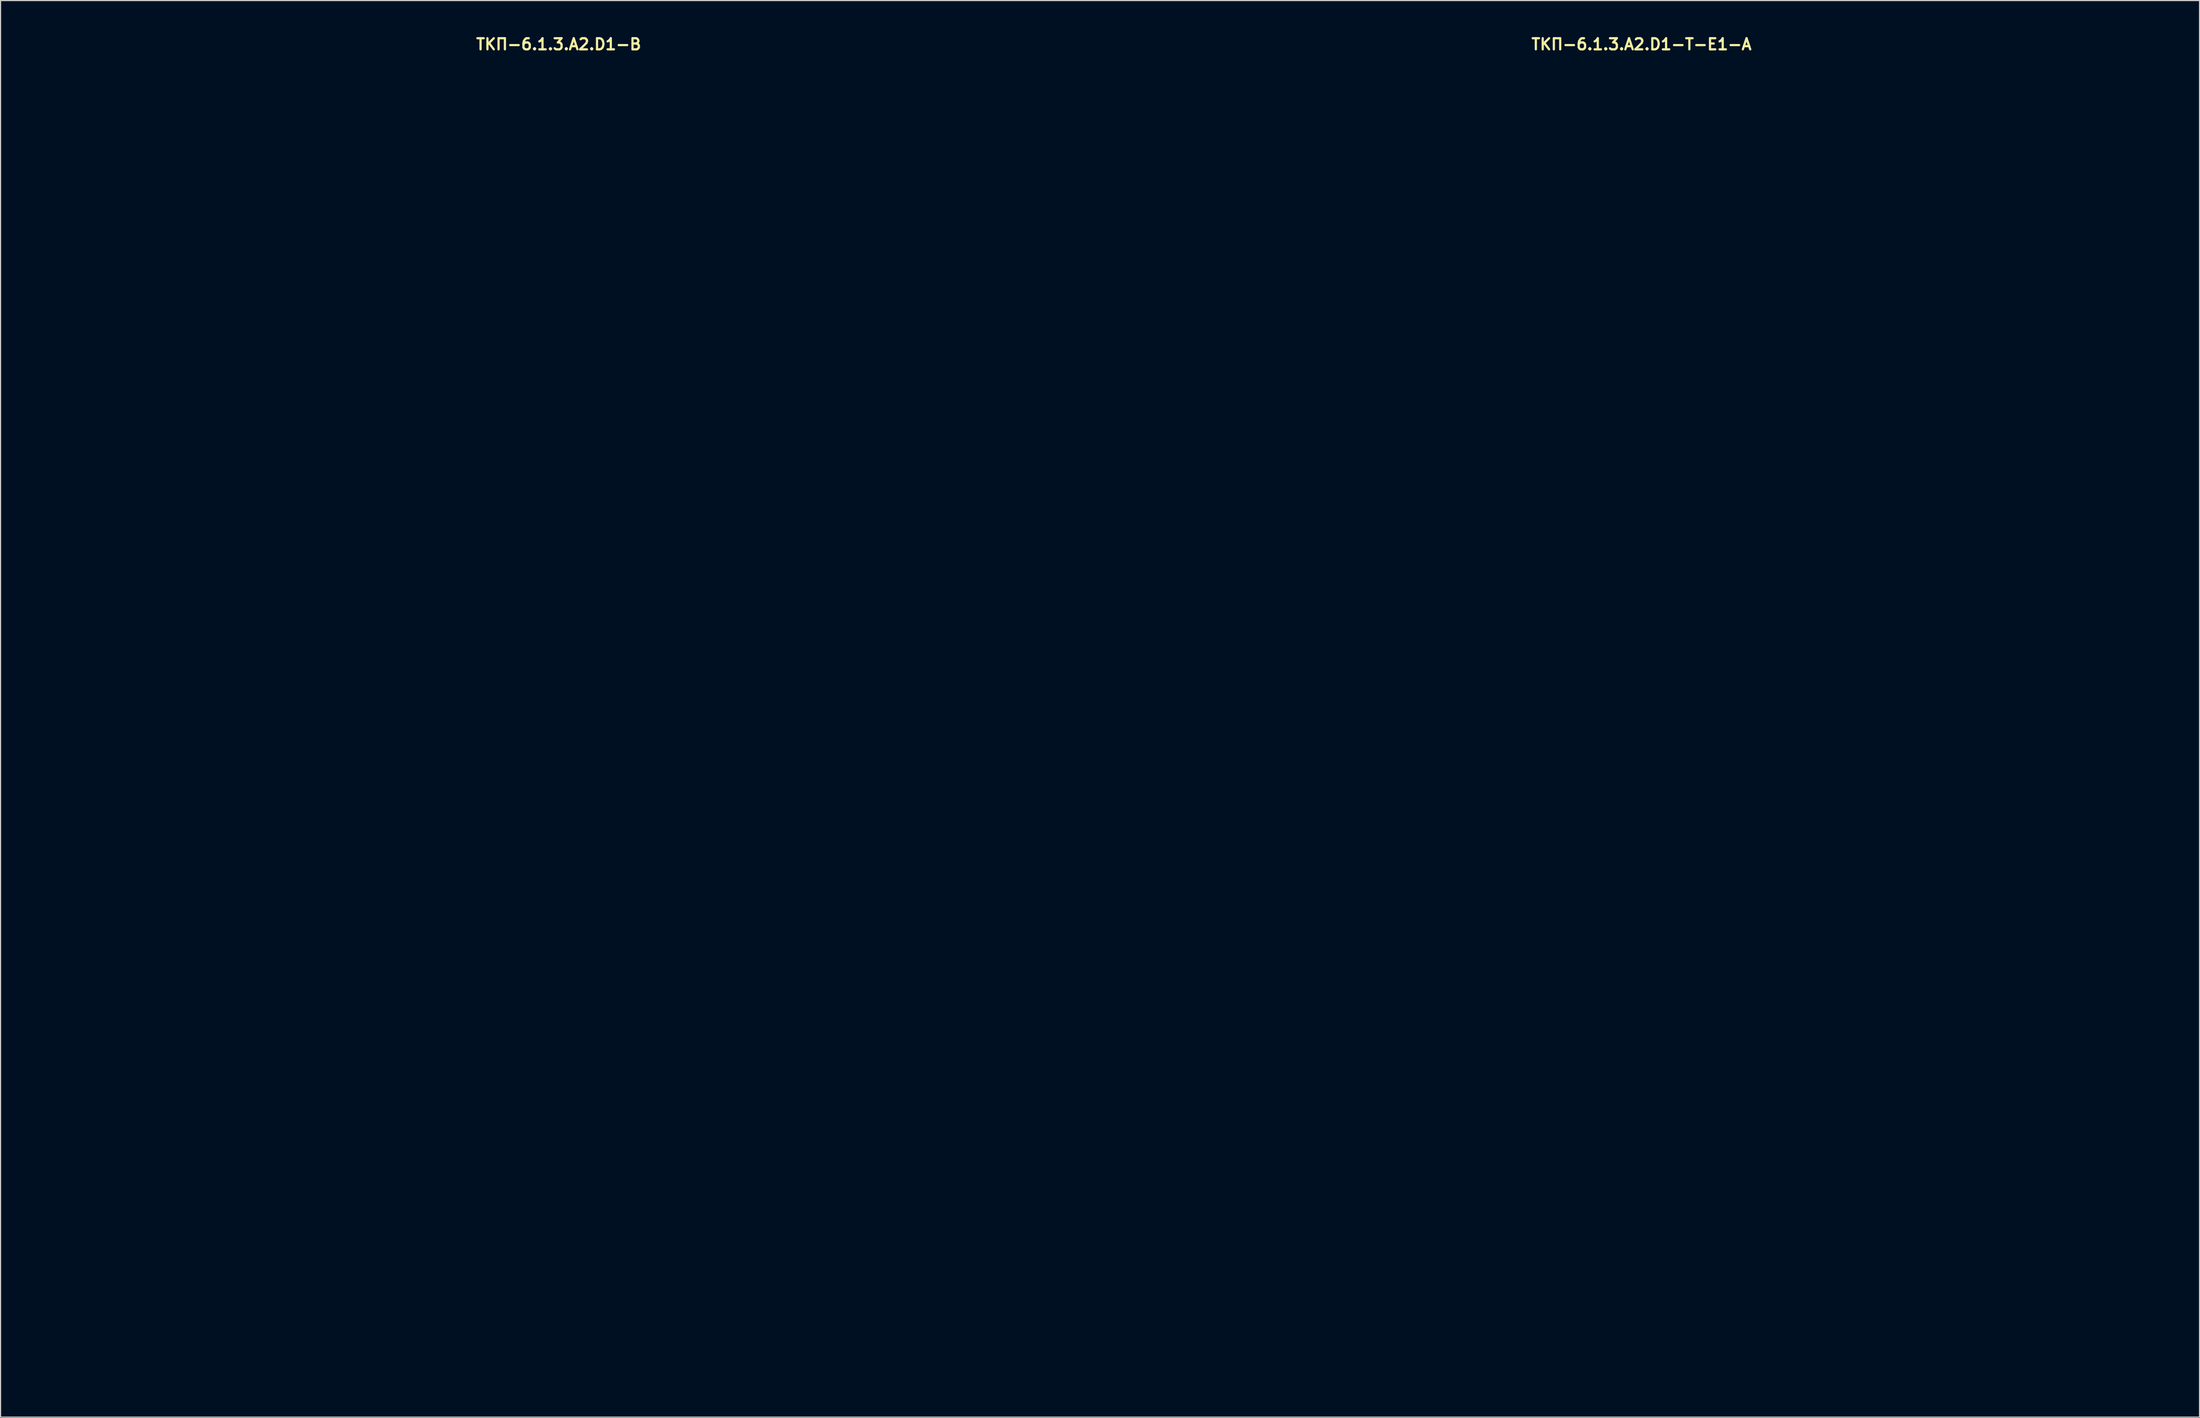
<source format=kicad_pcb>
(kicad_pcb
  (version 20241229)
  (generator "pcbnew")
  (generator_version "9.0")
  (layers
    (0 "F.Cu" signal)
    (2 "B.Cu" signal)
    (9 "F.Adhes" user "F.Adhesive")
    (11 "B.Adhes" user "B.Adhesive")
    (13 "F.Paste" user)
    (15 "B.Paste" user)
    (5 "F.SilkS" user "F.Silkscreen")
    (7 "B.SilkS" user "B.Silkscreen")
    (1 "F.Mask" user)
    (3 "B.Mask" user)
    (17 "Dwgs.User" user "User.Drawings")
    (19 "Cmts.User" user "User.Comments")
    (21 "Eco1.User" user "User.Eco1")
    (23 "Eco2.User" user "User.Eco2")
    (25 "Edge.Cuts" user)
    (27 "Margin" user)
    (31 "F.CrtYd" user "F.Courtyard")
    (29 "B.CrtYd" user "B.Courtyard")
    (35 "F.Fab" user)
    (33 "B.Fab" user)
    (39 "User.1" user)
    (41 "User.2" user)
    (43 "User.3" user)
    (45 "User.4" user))
  (footprint "ТКП-6.1.3.A2.D1-T-E1-A"
    (layer "F.Cu")
    (at 144.6 61.515)
    (property "Reference" "ТКП-6.1.3.A2.D1-T-E1-A" (at 0 -60.579 0) (layer "F.SilkS") (effects (font (size 1 1) (thickness 0.2))))
    (attr through_hole)
    (fp_line (start -47 -56.65) (end -47 56.65) (stroke (width 0.4) (type solid)) (layer "Eco1.User"))
    (fp_line (start -43.9 -59.75) (end 43.9 -59.75) (stroke (width 0.4) (type solid)) (layer "Eco1.User"))
    (fp_line (start -43.9 59.75) (end 43.9 59.75) (stroke (width 0.4) (type solid)) (layer "Eco1.User"))
    (fp_line (start 47 -56.65) (end 47 56.65) (stroke (width 0.4) (type solid)) (layer "Eco1.User"))
    (fp_arc (start -47 -56.65) (mid -46.092031 -58.842031) (end -43.9 -59.75) (stroke (width 0.4) (type solid)) (layer "Eco1.User"))
    (fp_arc (start -43.9 59.75) (mid -46.092031 58.842031) (end -47 56.65) (stroke (width 0.4) (type solid)) (layer "Eco1.User"))
    (fp_arc (start 43.9 -59.75) (mid 46.092031 -58.842031) (end 47 -56.65) (stroke (width 0.4) (type solid)) (layer "Eco1.User"))
    (fp_arc (start 47 56.65) (mid 46.092031 58.842031) (end 43.9 59.75) (stroke (width 0.4) (type solid)) (layer "Eco1.User"))
    (fp_circle (center -38.6 -51.35) (end -36.6 -51.35) (stroke (width 0.4) (type solid)) (fill no) (layer "Eco1.User"))
    (fp_circle (center -38.6 -51.35) (end -35.1 -51.35) (stroke (width 0.4) (type solid)) (fill no) (layer "Eco1.User"))
    (fp_circle (center -38.6 51.35) (end -36.6 51.35) (stroke (width 0.4) (type solid)) (fill no) (layer "Eco1.User"))
    (fp_circle (center -38.6 51.35) (end -35.1 51.35) (stroke (width 0.4) (type solid)) (fill no) (layer "Eco1.User"))
    (fp_circle (center -33.02 -31.55) (end -29.42 -31.55) (stroke (width 0.4) (type solid)) (fill no) (layer "Eco1.User"))
    (fp_circle (center -33.02 -31.55) (end -23.52 -31.55) (stroke (width 0.4) (type solid)) (fill no) (layer "Eco1.User"))
    (fp_circle (center -29.21 -52.07) (end -27.71 -52.07) (stroke (width 0.4) (type solid)) (fill no) (layer "Eco1.User"))
    (fp_circle (center -29.21 -52.07) (end -25.71 -52.07) (stroke (width 0.4) (type solid)) (fill no) (layer "Eco1.User"))
    (fp_circle (center -19.05 10.36) (end -17.55 10.36) (stroke (width 0.4) (type solid)) (fill no) (layer "Eco1.User"))
    (fp_circle (center -19.05 10.36) (end -15.55 10.36) (stroke (width 0.4) (type solid)) (fill no) (layer "Eco1.User"))
    (fp_circle (center -16.51 -10.16) (end -13.51 -10.16) (stroke (width 0.4) (type solid)) (fill no) (layer "Eco1.User"))
    (fp_circle (center -8.89 -52.07) (end -7.39 -52.07) (stroke (width 0.4) (type solid)) (fill no) (layer "Eco1.User"))
    (fp_circle (center -8.89 -52.07) (end -5.39 -52.07) (stroke (width 0.4) (type solid)) (fill no) (layer "Eco1.User"))
    (fp_circle (center 0 -31.55) (end 3.6 -31.55) (stroke (width 0.4) (type solid)) (fill no) (layer "Eco1.User"))
    (fp_circle (center 0 -31.55) (end 9.5 -31.55) (stroke (width 0.4) (type solid)) (fill no) (layer "Eco1.User"))
    (fp_circle (center 0 30.48) (end 2.65 30.48) (stroke (width 0.4) (type solid)) (fill no) (layer "Eco1.User"))
    (fp_circle (center 0 45.72) (end 6 45.72) (stroke (width 0.4) (type solid)) (fill no) (layer "Eco1.User"))
    (fp_circle (center 0 45.72) (end 9.75 45.72) (stroke (width 0.4) (type solid)) (fill no) (layer "Eco1.User"))
    (fp_circle (center 8.89 -52.07) (end 10.39 -52.07) (stroke (width 0.4) (type solid)) (fill no) (layer "Eco1.User"))
    (fp_circle (center 8.89 -52.07) (end 12.39 -52.07) (stroke (width 0.4) (type solid)) (fill no) (layer "Eco1.User"))
    (fp_circle (center 19.05 10.36) (end 20.55 10.36) (stroke (width 0.4) (type solid)) (fill no) (layer "Eco1.User"))
    (fp_circle (center 19.05 10.36) (end 22.55 10.36) (stroke (width 0.4) (type solid)) (fill no) (layer "Eco1.User"))
    (fp_circle (center 29.21 -52.07) (end 30.71 -52.07) (stroke (width 0.4) (type solid)) (fill no) (layer "Eco1.User"))
    (fp_circle (center 29.21 -52.07) (end 32.71 -52.07) (stroke (width 0.4) (type solid)) (fill no) (layer "Eco1.User"))
    (fp_circle (center 33.02 -31.55) (end 36.62 -31.55) (stroke (width 0.4) (type solid)) (fill no) (layer "Eco1.User"))
    (fp_circle (center 33.02 -31.55) (end 42.52 -31.55) (stroke (width 0.4) (type solid)) (fill no) (layer "Eco1.User"))
    (fp_circle (center 38.6 -51.35) (end 40.6 -51.35) (stroke (width 0.4) (type solid)) (fill no) (layer "Eco1.User"))
    (fp_circle (center 38.6 -51.35) (end 42.1 -51.35) (stroke (width 0.4) (type solid)) (fill no) (layer "Eco1.User"))
    (fp_circle (center 38.6 51.35) (end 40.6 51.35) (stroke (width 0.4) (type solid)) (fill no) (layer "Eco1.User"))
    (fp_circle (center 38.6 51.35) (end 42.1 51.35) (stroke (width 0.4) (type solid)) (fill no) (layer "Eco1.User")))
  (footprint "ТКП-6.1.3.A2.D1-B"
    (layer "F.Cu")
    (at 47.2 61.515)
    (property "Reference" "ТКП-6.1.3.A2.D1-B" (at 0 -60.579 0) (layer "F.SilkS") (effects (font (size 1 1) (thickness 0.2))))
    (attr through_hole)
    (fp_line (start -47 -56.65) (end -47 56.65) (stroke (width 0.4) (type solid)) (layer "Eco1.User"))
    (fp_line (start -43.9 -59.75) (end 43.9 -59.75) (stroke (width 0.4) (type solid)) (layer "Eco1.User"))
    (fp_line (start -43.9 59.75) (end 43.9 59.75) (stroke (width 0.4) (type solid)) (layer "Eco1.User"))
    (fp_line (start 47 -56.65) (end 47 56.65) (stroke (width 0.4) (type solid)) (layer "Eco1.User"))
    (fp_arc (start -47 -56.65) (mid -46.092031 -58.842031) (end -43.9 -59.75) (stroke (width 0.4) (type solid)) (layer "Eco1.User"))
    (fp_arc (start -43.9 59.75) (mid -46.092031 58.842031) (end -47 56.65) (stroke (width 0.4) (type solid)) (layer "Eco1.User"))
    (fp_arc (start 43.9 -59.75) (mid 46.092031 -58.842031) (end 47 -56.65) (stroke (width 0.4) (type solid)) (layer "Eco1.User"))
    (fp_arc (start 47 56.65) (mid 46.092031 58.842031) (end 43.9 59.75) (stroke (width 0.4) (type solid)) (layer "Eco1.User"))
    (fp_circle (center -38.6 -51.35) (end -36.6 -51.35) (stroke (width 0.4) (type solid)) (fill no) (layer "Eco1.User"))
    (fp_circle (center -38.6 51.35) (end -36.6 51.35) (stroke (width 0.4) (type solid)) (fill no) (layer "Eco1.User"))
    (fp_circle (center -33.02 -31.55) (end -29.42 -31.55) (stroke (width 0.4) (type solid)) (fill no) (layer "Eco1.User"))
    (fp_circle (center -29.21 -52.07) (end -27.71 -52.07) (stroke (width 0.4) (type solid)) (fill no) (layer "Eco1.User"))
    (fp_circle (center -19.05 10.36) (end -17.55 10.36) (stroke (width 0.4) (type solid)) (fill no) (layer "Eco1.User"))
    (fp_circle (center -8.89 -52.07) (end -7.39 -52.07) (stroke (width 0.4) (type solid)) (fill no) (layer "Eco1.User"))
    (fp_circle (center 0 -31.55) (end 3.6 -31.55) (stroke (width 0.4) (type solid)) (fill no) (layer "Eco1.User"))
    (fp_circle (center 0 30.48) (end 2.65 30.48) (stroke (width 0.4) (type solid)) (fill no) (layer "Eco1.User"))
    (fp_circle (center 0 45.72) (end 6 45.72) (stroke (width 0.4) (type solid)) (fill no) (layer "Eco1.User"))
    (fp_circle (center 8.89 -52.07) (end 10.39 -52.07) (stroke (width 0.4) (type solid)) (fill no) (layer "Eco1.User"))
    (fp_circle (center 16.51 -10.16) (end 19.51 -10.16) (stroke (width 0.4) (type solid)) (fill no) (layer "Eco1.User"))
    (fp_circle (center 19.05 10.36) (end 20.55 10.36) (stroke (width 0.4) (type solid)) (fill no) (layer "Eco1.User"))
    (fp_circle (center 29.21 -52.07) (end 30.71 -52.07) (stroke (width 0.4) (type solid)) (fill no) (layer "Eco1.User"))
    (fp_circle (center 33.02 -31.55) (end 36.62 -31.55) (stroke (width 0.4) (type solid)) (fill no) (layer "Eco1.User"))
    (fp_circle (center 38.6 -51.35) (end 40.6 -51.35) (stroke (width 0.4) (type solid)) (fill no) (layer "Eco1.User"))
    (fp_circle (center 38.6 51.35) (end 40.6 51.35) (stroke (width 0.4) (type solid)) (fill no) (layer "Eco1.User")))
  (gr_rect
    (start -3 -3)
    (end 194.8 124.465)
    (stroke (width 0.1) (type default))
    (fill no)
    (layer "Edge.Cuts")))
</source>
